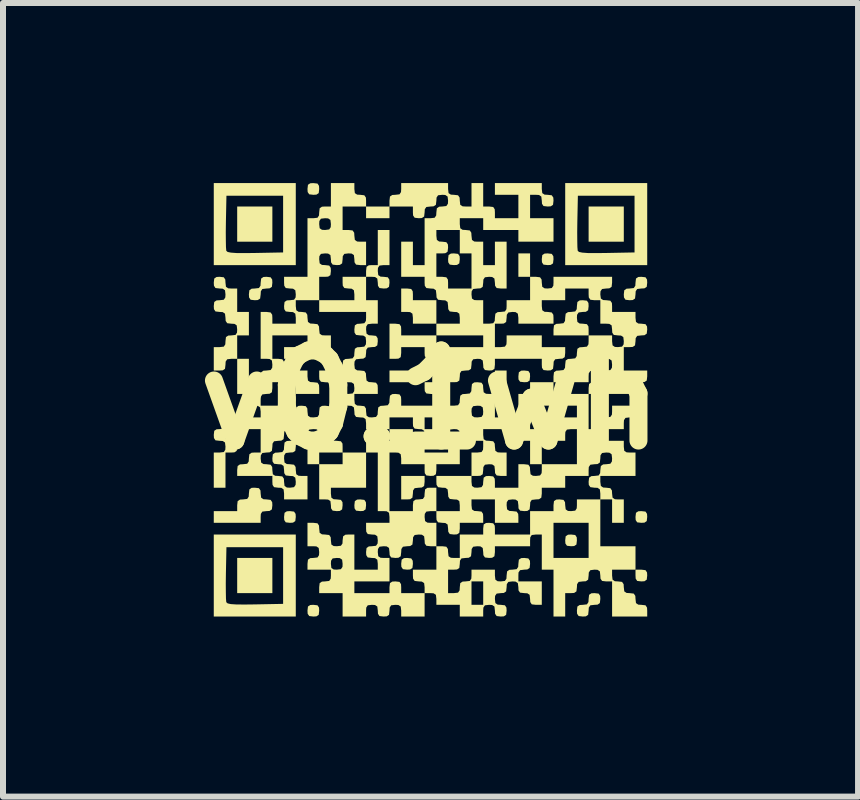
<source format=kicad_pcb>
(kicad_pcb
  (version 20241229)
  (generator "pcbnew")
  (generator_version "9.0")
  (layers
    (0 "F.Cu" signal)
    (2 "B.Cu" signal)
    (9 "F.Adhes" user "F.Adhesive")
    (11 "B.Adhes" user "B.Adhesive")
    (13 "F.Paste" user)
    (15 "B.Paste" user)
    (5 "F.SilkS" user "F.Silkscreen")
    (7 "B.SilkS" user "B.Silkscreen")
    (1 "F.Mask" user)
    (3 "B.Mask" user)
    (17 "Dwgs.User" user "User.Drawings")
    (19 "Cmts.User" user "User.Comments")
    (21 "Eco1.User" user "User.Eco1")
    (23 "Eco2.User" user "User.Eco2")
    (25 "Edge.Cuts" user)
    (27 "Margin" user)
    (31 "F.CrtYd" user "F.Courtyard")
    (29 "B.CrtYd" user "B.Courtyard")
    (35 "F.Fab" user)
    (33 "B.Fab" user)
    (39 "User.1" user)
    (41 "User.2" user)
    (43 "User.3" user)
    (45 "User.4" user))
  (footprint "v0.1wh"
    (layer "F.Cu")
    (at 4.121 3.61)
    (property "Reference" "v0.1wh" (at 0 0 0) (layer "F.SilkS") (effects (font (size 1.5 1.5) (thickness 0.3))))
    (attr board_only exclude_from_pos_files exclude_from_bom)
    (fp_poly (pts (xy -2.634 -2.927) (xy -2.634 -2.634) (xy -2.927 -2.634) (xy -3.22 -2.634) (xy -3.22 -2.927) (xy -3.22 -3.22) (xy -2.927 -3.22) (xy -2.634 -3.22)) (stroke (width 0) (type solid)) (fill yes) (layer "F.SilkS"))
    (fp_poly (pts (xy -2.634 2.927) (xy -2.634 3.22) (xy -2.927 3.22) (xy -3.22 3.22) (xy -3.22 2.927) (xy -3.22 2.634) (xy -2.927 2.634) (xy -2.634 2.634)) (stroke (width 0) (type solid)) (fill yes) (layer "F.SilkS"))
    (fp_poly (pts (xy -2.049 -0.781) (xy -2.049 -0.683) (xy -2.244 -0.683) (xy -2.439 -0.683) (xy -2.439 -0.781) (xy -2.439 -0.878) (xy -2.244 -0.878) (xy -2.049 -0.878)) (stroke (width 0) (type solid)) (fill yes) (layer "F.SilkS"))
    (fp_poly (pts (xy -0.293 -0.39) (xy -0.293 -0.293) (xy -0.488 -0.293) (xy -0.683 -0.293) (xy -0.683 -0.39) (xy -0.683 -0.488) (xy -0.488 -0.488) (xy -0.293 -0.488)) (stroke (width 0) (type solid)) (fill yes) (layer "F.SilkS"))
    (fp_poly (pts (xy 1.659 -2.244) (xy 1.659 -2.049) (xy 1.561 -2.049) (xy 1.464 -2.049) (xy 1.464 -2.244) (xy 1.464 -2.439) (xy 1.561 -2.439) (xy 1.659 -2.439)) (stroke (width 0) (type solid)) (fill yes) (layer "F.SilkS"))
    (fp_poly (pts (xy 3.22 -2.927) (xy 3.22 -2.634) (xy 2.927 -2.634) (xy 2.634 -2.634) (xy 2.634 -2.927) (xy 2.634 -3.22) (xy 2.927 -3.22) (xy 3.22 -3.22)) (stroke (width 0) (type solid)) (fill yes) (layer "F.SilkS"))
    (fp_poly (pts (xy 3.582 2.838) (xy 3.607 2.876) (xy 3.61 2.927) (xy 3.602 2.996) (xy 3.564 3.022) (xy 3.512 3.025) (xy 3.443 3.017) (xy 3.418 2.979) (xy 3.415 2.927) (xy 3.415 2.829) (xy 3.512 2.829)) (stroke (width 0) (type solid)) (fill yes) (layer "F.SilkS"))
    (fp_poly (pts (xy -2.273 -0.09) (xy -2.247 -0.051) (xy -2.244 0) (xy -2.252 0.069) (xy -2.29 0.095) (xy -2.342 0.098) (xy -2.411 0.09) (xy -2.436 0.051) (xy -2.439 0) (xy -2.431 -0.069) (xy -2.393 -0.095) (xy -2.342 -0.098)) (stroke (width 0) (type solid)) (fill yes) (layer "F.SilkS"))
    (fp_poly (pts (xy -2.273 1.862) (xy -2.247 1.9) (xy -2.244 1.951) (xy -2.252 2.02) (xy -2.29 2.046) (xy -2.342 2.049) (xy -2.411 2.041) (xy -2.436 2.003) (xy -2.439 1.951) (xy -2.431 1.882) (xy -2.393 1.857) (xy -2.342 1.854)) (stroke (width 0) (type solid)) (fill yes) (layer "F.SilkS"))
    (fp_poly (pts (xy -1.882 -3.602) (xy -1.857 -3.564) (xy -1.854 -3.512) (xy -1.862 -3.443) (xy -1.9 -3.418) (xy -1.951 -3.415) (xy -2.02 -3.423) (xy -2.046 -3.461) (xy -2.049 -3.512) (xy -2.041 -3.582) (xy -2.003 -3.607) (xy -1.951 -3.61)) (stroke (width 0) (type solid)) (fill yes) (layer "F.SilkS"))
    (fp_poly (pts (xy -1.882 3.423) (xy -1.857 3.461) (xy -1.854 3.512) (xy -1.862 3.582) (xy -1.9 3.607) (xy -1.951 3.61) (xy -2.02 3.602) (xy -2.046 3.564) (xy -2.049 3.512) (xy -2.041 3.443) (xy -2.003 3.418) (xy -1.951 3.415)) (stroke (width 0) (type solid)) (fill yes) (layer "F.SilkS"))
    (fp_poly (pts (xy -1.102 1.667) (xy -1.076 1.705) (xy -1.073 1.756) (xy -1.081 1.825) (xy -1.119 1.851) (xy -1.171 1.854) (xy -1.24 1.846) (xy -1.265 1.808) (xy -1.268 1.756) (xy -1.26 1.687) (xy -1.222 1.662) (xy -1.171 1.659)) (stroke (width 0) (type solid)) (fill yes) (layer "F.SilkS"))
    (fp_poly (pts (xy -0.321 2.642) (xy -0.296 2.68) (xy -0.293 2.732) (xy -0.301 2.801) (xy -0.339 2.826) (xy -0.39 2.829) (xy -0.459 2.821) (xy -0.485 2.783) (xy -0.488 2.732) (xy -0.48 2.663) (xy -0.442 2.637) (xy -0.39 2.634)) (stroke (width 0) (type solid)) (fill yes) (layer "F.SilkS"))
    (fp_poly (pts (xy 0.459 -2.431) (xy 0.485 -2.393) (xy 0.488 -2.342) (xy 0.48 -2.273) (xy 0.442 -2.247) (xy 0.39 -2.244) (xy 0.321 -2.252) (xy 0.296 -2.29) (xy 0.293 -2.342) (xy 0.301 -2.411) (xy 0.339 -2.436) (xy 0.39 -2.439)) (stroke (width 0) (type solid)) (fill yes) (layer "F.SilkS"))
    (fp_poly (pts (xy 1.63 -0.48) (xy 1.656 -0.442) (xy 1.659 -0.39) (xy 1.651 -0.321) (xy 1.613 -0.296) (xy 1.561 -0.293) (xy 1.492 -0.301) (xy 1.466 -0.339) (xy 1.464 -0.39) (xy 1.472 -0.459) (xy 1.51 -0.485) (xy 1.561 -0.488)) (stroke (width 0) (type solid)) (fill yes) (layer "F.SilkS"))
    (fp_poly (pts (xy 2.02 -2.431) (xy 2.046 -2.393) (xy 2.049 -2.342) (xy 2.041 -2.273) (xy 2.003 -2.247) (xy 1.951 -2.244) (xy 1.882 -2.252) (xy 1.857 -2.29) (xy 1.854 -2.342) (xy 1.862 -2.411) (xy 1.9 -2.436) (xy 1.951 -2.439)) (stroke (width 0) (type solid)) (fill yes) (layer "F.SilkS"))
    (fp_poly (pts (xy 2.411 2.252) (xy 2.436 2.29) (xy 2.439 2.342) (xy 2.431 2.411) (xy 2.393 2.436) (xy 2.342 2.439) (xy 2.273 2.431) (xy 2.247 2.393) (xy 2.244 2.342) (xy 2.252 2.273) (xy 2.29 2.247) (xy 2.342 2.244)) (stroke (width 0) (type solid)) (fill yes) (layer "F.SilkS"))
    (fp_poly (pts (xy 3.582 1.862) (xy 3.607 1.9) (xy 3.61 1.951) (xy 3.602 2.02) (xy 3.564 2.046) (xy 3.512 2.049) (xy 3.443 2.041) (xy 3.418 2.003) (xy 3.415 1.951) (xy 3.423 1.882) (xy 3.461 1.857) (xy 3.512 1.854)) (stroke (width 0) (type solid)) (fill yes) (layer "F.SilkS"))
    (fp_poly (pts (xy -0.098 1.366) (xy -0.106 1.435) (xy -0.144 1.461) (xy -0.195 1.464) (xy -0.264 1.472) (xy -0.29 1.51) (xy -0.293 1.561) (xy -0.301 1.63) (xy -0.339 1.656) (xy -0.39 1.659) (xy -0.488 1.659) (xy -0.488 1.464) (xy -0.488 1.268) (xy -0.293 1.268) (xy -0.098 1.268)) (stroke (width 0) (type solid)) (fill yes) (layer "F.SilkS"))
    (fp_poly (pts (xy -0.321 -1.846) (xy -0.296 -1.808) (xy -0.293 -1.756) (xy -0.293 -1.659) (xy -0.098 -1.659) (xy 0.098 -1.659) (xy 0.098 -1.464) (xy 0.098 -1.268) (xy -0.098 -1.268) (xy -0.293 -1.268) (xy -0.293 -1.366) (xy -0.301 -1.435) (xy -0.339 -1.461) (xy -0.39 -1.464) (xy -0.488 -1.464) (xy -0.488 -1.659) (xy -0.488 -1.854) (xy -0.39 -1.854)) (stroke (width 0) (type solid)) (fill yes) (layer "F.SilkS"))
    (fp_poly (pts (xy -0.516 -1.26) (xy -0.491 -1.222) (xy -0.488 -1.171) (xy -0.488 -1.073) (xy -0.195 -1.073) (xy 0.098 -1.073) (xy 0.098 -0.878) (xy 0.098 -0.683) (xy 0 -0.683) (xy -0.069 -0.691) (xy -0.095 -0.729) (xy -0.098 -0.781) (xy -0.098 -0.878) (xy -0.293 -0.878) (xy -0.488 -0.878) (xy -0.488 -0.781) (xy -0.496 -0.711) (xy -0.534 -0.686) (xy -0.585 -0.683) (xy -0.683 -0.683) (xy -0.683 -0.976) (xy -0.683 -1.268) (xy -0.585 -1.268)) (stroke (width 0) (type solid)) (fill yes) (layer "F.SilkS"))
    (fp_poly (pts (xy -2.663 -2.041) (xy -2.637 -2.003) (xy -2.634 -1.951) (xy -2.642 -1.882) (xy -2.68 -1.857) (xy -2.732 -1.854) (xy -2.801 -1.846) (xy -2.826 -1.808) (xy -2.829 -1.756) (xy -2.838 -1.687) (xy -2.876 -1.662) (xy -2.927 -1.659) (xy -2.996 -1.667) (xy -3.022 -1.705) (xy -3.025 -1.756) (xy -3.017 -1.825) (xy -2.979 -1.851) (xy -2.927 -1.854) (xy -2.858 -1.862) (xy -2.832 -1.9) (xy -2.829 -1.951) (xy -2.821 -2.02) (xy -2.783 -2.046) (xy -2.732 -2.049)) (stroke (width 0) (type solid)) (fill yes) (layer "F.SilkS"))
    (fp_poly (pts (xy 2.801 3.228) (xy 2.826 3.266) (xy 2.829 3.317) (xy 2.821 3.386) (xy 2.783 3.412) (xy 2.732 3.415) (xy 2.663 3.423) (xy 2.637 3.461) (xy 2.634 3.512) (xy 2.626 3.582) (xy 2.588 3.607) (xy 2.537 3.61) (xy 2.468 3.602) (xy 2.442 3.564) (xy 2.439 3.512) (xy 2.447 3.443) (xy 2.485 3.418) (xy 2.537 3.415) (xy 2.606 3.407) (xy 2.631 3.369) (xy 2.634 3.317) (xy 2.642 3.248) (xy 2.68 3.223) (xy 2.732 3.22)) (stroke (width 0) (type solid)) (fill yes) (layer "F.SilkS"))
    (fp_poly (pts (xy 3.582 -2.041) (xy 3.607 -2.003) (xy 3.61 -1.951) (xy 3.602 -1.882) (xy 3.564 -1.857) (xy 3.512 -1.854) (xy 3.443 -1.846) (xy 3.418 -1.808) (xy 3.415 -1.756) (xy 3.407 -1.687) (xy 3.369 -1.662) (xy 3.317 -1.659) (xy 3.248 -1.667) (xy 3.223 -1.705) (xy 3.22 -1.756) (xy 3.228 -1.825) (xy 3.266 -1.851) (xy 3.317 -1.854) (xy 3.386 -1.862) (xy 3.412 -1.9) (xy 3.415 -1.951) (xy 3.423 -2.02) (xy 3.461 -2.046) (xy 3.512 -2.049)) (stroke (width 0) (type solid)) (fill yes) (layer "F.SilkS"))
    (fp_poly (pts (xy -2.244 -2.927) (xy -2.244 -2.244) (xy -2.927 -2.244) (xy -3.61 -2.244) (xy -3.61 -2.796) (xy -3.41 -2.796) (xy -3.409 -2.653) (xy -3.407 -2.545) (xy -3.402 -2.486) (xy -3.4 -2.481) (xy -3.379 -2.463) (xy -3.326 -2.452) (xy -3.233 -2.445) (xy -3.09 -2.444) (xy -2.92 -2.446) (xy -2.455 -2.455) (xy -2.455 -2.927) (xy -2.455 -3.399) (xy -2.927 -3.399) (xy -3.399 -3.399) (xy -3.408 -2.961) (xy -3.41 -2.796) (xy -3.61 -2.796) (xy -3.61 -2.927) (xy -3.61 -3.61) (xy -2.927 -3.61) (xy -2.244 -3.61)) (stroke (width 0) (type solid)) (fill yes) (layer "F.SilkS"))
    (fp_poly (pts (xy -2.244 2.927) (xy -2.244 3.61) (xy -2.927 3.61) (xy -3.61 3.61) (xy -3.61 3.058) (xy -3.41 3.058) (xy -3.409 3.201) (xy -3.407 3.309) (xy -3.402 3.368) (xy -3.4 3.373) (xy -3.379 3.391) (xy -3.326 3.403) (xy -3.233 3.409) (xy -3.09 3.41) (xy -2.92 3.408) (xy -2.455 3.399) (xy -2.455 2.927) (xy -2.455 2.455) (xy -2.927 2.455) (xy -3.399 2.455) (xy -3.408 2.893) (xy -3.41 3.058) (xy -3.61 3.058) (xy -3.61 2.927) (xy -3.61 2.244) (xy -2.927 2.244) (xy -2.244 2.244)) (stroke (width 0) (type solid)) (fill yes) (layer "F.SilkS"))
    (fp_poly (pts (xy 3.61 -2.927) (xy 3.61 -2.244) (xy 2.927 -2.244) (xy 2.244 -2.244) (xy 2.244 -2.796) (xy 2.444 -2.796) (xy 2.445 -2.653) (xy 2.447 -2.545) (xy 2.452 -2.486) (xy 2.454 -2.481) (xy 2.475 -2.463) (xy 2.528 -2.452) (xy 2.621 -2.445) (xy 2.764 -2.444) (xy 2.934 -2.446) (xy 3.399 -2.455) (xy 3.399 -2.927) (xy 3.399 -3.399) (xy 2.927 -3.399) (xy 2.455 -3.399) (xy 2.446 -2.961) (xy 2.444 -2.796) (xy 2.244 -2.796) (xy 2.244 -2.927) (xy 2.244 -3.61) (xy 2.927 -3.61) (xy 3.61 -3.61)) (stroke (width 0) (type solid)) (fill yes) (layer "F.SilkS"))
    (fp_poly (pts (xy -2.858 1.472) (xy -2.832 1.51) (xy -2.829 1.561) (xy -2.821 1.63) (xy -2.783 1.656) (xy -2.732 1.659) (xy -2.663 1.667) (xy -2.637 1.705) (xy -2.634 1.756) (xy -2.642 1.825) (xy -2.68 1.851) (xy -2.732 1.854) (xy -2.801 1.862) (xy -2.826 1.9) (xy -2.829 1.951) (xy -2.829 2.049) (xy -3.22 2.049) (xy -3.61 2.049) (xy -3.61 1.951) (xy -3.61 1.854) (xy -3.415 1.854) (xy -3.22 1.854) (xy -3.22 1.756) (xy -3.212 1.687) (xy -3.174 1.662) (xy -3.122 1.659) (xy -3.053 1.651) (xy -3.028 1.613) (xy -3.025 1.561) (xy -3.017 1.492) (xy -2.979 1.466) (xy -2.927 1.464)) (stroke (width 0) (type solid)) (fill yes) (layer "F.SilkS"))
    (fp_poly (pts (xy 2.606 -1.651) (xy 2.631 -1.613) (xy 2.634 -1.561) (xy 2.626 -1.492) (xy 2.588 -1.466) (xy 2.537 -1.464) (xy 2.468 -1.455) (xy 2.442 -1.417) (xy 2.439 -1.366) (xy 2.447 -1.297) (xy 2.485 -1.271) (xy 2.537 -1.268) (xy 2.606 -1.26) (xy 2.631 -1.222) (xy 2.634 -1.171) (xy 2.634 -1.073) (xy 2.342 -1.073) (xy 2.049 -1.073) (xy 2.049 -1.171) (xy 2.057 -1.24) (xy 2.095 -1.265) (xy 2.146 -1.268) (xy 2.216 -1.276) (xy 2.241 -1.314) (xy 2.244 -1.366) (xy 2.252 -1.435) (xy 2.29 -1.461) (xy 2.342 -1.464) (xy 2.411 -1.472) (xy 2.436 -1.51) (xy 2.439 -1.561) (xy 2.447 -1.63) (xy 2.485 -1.656) (xy 2.537 -1.659)) (stroke (width 0) (type solid)) (fill yes) (layer "F.SilkS"))
    (fp_poly (pts (xy -3.443 -2.041) (xy -3.418 -2.003) (xy -3.415 -1.951) (xy -3.407 -1.882) (xy -3.369 -1.857) (xy -3.317 -1.854) (xy -3.22 -1.854) (xy -3.22 -1.659) (xy -3.22 -1.464) (xy -3.122 -1.464) (xy -3.025 -1.464) (xy -3.025 -1.268) (xy -3.025 -1.073) (xy -3.122 -1.073) (xy -3.22 -1.073) (xy -3.22 -0.878) (xy -3.22 -0.683) (xy -3.317 -0.683) (xy -3.386 -0.675) (xy -3.412 -0.637) (xy -3.415 -0.585) (xy -3.423 -0.516) (xy -3.461 -0.491) (xy -3.512 -0.488) (xy -3.61 -0.488) (xy -3.61 -0.683) (xy -3.61 -0.878) (xy -3.512 -0.878) (xy -3.443 -0.886) (xy -3.418 -0.924) (xy -3.415 -0.976) (xy -3.407 -1.045) (xy -3.369 -1.07) (xy -3.317 -1.073) (xy -3.248 -1.081) (xy -3.223 -1.119) (xy -3.22 -1.171) (xy -3.228 -1.24) (xy -3.266 -1.265) (xy -3.317 -1.268) (xy -3.386 -1.276) (xy -3.412 -1.314) (xy -3.415 -1.366) (xy -3.423 -1.435) (xy -3.461 -1.461) (xy -3.512 -1.464) (xy -3.582 -1.472) (xy -3.607 -1.51) (xy -3.61 -1.561) (xy -3.602 -1.63) (xy -3.564 -1.656) (xy -3.512 -1.659) (xy -3.443 -1.667) (xy -3.418 -1.705) (xy -3.415 -1.756) (xy -3.423 -1.825) (xy -3.461 -1.851) (xy -3.512 -1.854) (xy -3.582 -1.862) (xy -3.607 -1.9) (xy -3.61 -1.951) (xy -3.602 -2.02) (xy -3.564 -2.046) (xy -3.512 -2.049)) (stroke (width 0) (type solid)) (fill yes) (layer "F.SilkS"))
    (fp_poly (pts (xy -0.683 -2.537) (xy -0.683 -2.244) (xy -0.781 -2.244) (xy -0.85 -2.236) (xy -0.875 -2.198) (xy -0.878 -2.146) (xy -0.87 -2.077) (xy -0.832 -2.052) (xy -0.781 -2.049) (xy -0.711 -2.041) (xy -0.686 -2.003) (xy -0.683 -1.951) (xy -0.691 -1.882) (xy -0.729 -1.857) (xy -0.781 -1.854) (xy -0.85 -1.862) (xy -0.875 -1.9) (xy -0.878 -1.951) (xy -0.886 -2.02) (xy -0.924 -2.046) (xy -0.976 -2.049) (xy -1.073 -2.049) (xy -1.073 -1.854) (xy -1.073 -1.659) (xy -0.976 -1.659) (xy -0.878 -1.659) (xy -0.878 -1.464) (xy -0.878 -1.268) (xy -0.976 -1.268) (xy -1.045 -1.26) (xy -1.07 -1.222) (xy -1.073 -1.171) (xy -1.065 -1.102) (xy -1.027 -1.076) (xy -0.976 -1.073) (xy -0.907 -1.065) (xy -0.881 -1.027) (xy -0.878 -0.976) (xy -0.886 -0.907) (xy -0.924 -0.881) (xy -0.976 -0.878) (xy -1.045 -0.87) (xy -1.07 -0.832) (xy -1.073 -0.781) (xy -1.081 -0.711) (xy -1.119 -0.686) (xy -1.171 -0.683) (xy -1.24 -0.675) (xy -1.265 -0.637) (xy -1.268 -0.585) (xy -1.26 -0.516) (xy -1.222 -0.491) (xy -1.171 -0.488) (xy -1.102 -0.48) (xy -1.076 -0.442) (xy -1.073 -0.39) (xy -1.065 -0.321) (xy -1.027 -0.296) (xy -0.976 -0.293) (xy -0.907 -0.285) (xy -0.881 -0.247) (xy -0.878 -0.195) (xy -0.878 -0.098) (xy -1.073 -0.098) (xy -1.268 -0.098) (xy -1.268 0) (xy -1.26 0.069) (xy -1.222 0.095) (xy -1.171 0.098) (xy -1.102 0.106) (xy -1.076 0.144) (xy -1.073 0.195) (xy -1.065 0.264) (xy -1.027 0.29) (xy -0.976 0.293) (xy -0.907 0.285) (xy -0.881 0.247) (xy -0.878 0.195) (xy 0.683 0.195) (xy 0.691 0.264) (xy 0.729 0.29) (xy 0.781 0.293) (xy 0.85 0.285) (xy 0.875 0.247) (xy 0.878 0.195) (xy 0.87 0.126) (xy 0.832 0.101) (xy 0.781 0.098) (xy 0.711 0.106) (xy 0.686 0.144) (xy 0.683 0.195) (xy -0.878 0.195) (xy -0.87 0.126) (xy -0.832 0.101) (xy -0.781 0.098) (xy -0.711 0.09) (xy -0.686 0.051) (xy -0.683 0) (xy -0.675 -0.069) (xy -0.637 -0.095) (xy -0.585 -0.098) (xy -0.516 -0.09) (xy -0.491 -0.051) (xy -0.488 0) (xy -0.488 0.098) (xy -0.195 0.098) (xy 0.098 0.098) (xy 0.098 0) (xy 0.09 -0.069) (xy 0.051 -0.095) (xy 0 -0.098) (xy -0.069 -0.106) (xy -0.095 -0.144) (xy -0.098 -0.195) (xy -0.098 -0.293) (xy 0.098 -0.293) (xy 0.293 -0.293) (xy 0.293 -0.098) (xy 0.293 0.098) (xy 0.39 0.098) (xy 0.459 0.09) (xy 0.485 0.051) (xy 0.488 0) (xy 0.496 -0.069) (xy 0.534 -0.095) (xy 0.585 -0.098) (xy 0.655 -0.106) (xy 0.68 -0.144) (xy 0.683 -0.195) (xy 0.691 -0.264) (xy 0.729 -0.29) (xy 0.781 -0.293) (xy 0.85 -0.285) (xy 0.875 -0.247) (xy 0.878 -0.195) (xy 0.886 -0.126) (xy 0.924 -0.101) (xy 0.976 -0.098) (xy 1.073 -0.098) (xy 1.073 -0.293) (xy 1.073 -0.488) (xy 1.171 -0.488) (xy 1.268 -0.488) (xy 1.268 -0.293) (xy 1.268 -0.098) (xy 1.171 -0.098) (xy 1.073 -0.098) (xy 1.073 0.098) (xy 1.073 0.293) (xy 1.171 0.293) (xy 1.24 0.301) (xy 1.265 0.339) (xy 1.268 0.39) (xy 1.268 0.488) (xy 1.073 0.488) (xy 0.878 0.488) (xy 0.878 0.585) (xy 0.886 0.655) (xy 0.924 0.68) (xy 0.976 0.683) (xy 1.045 0.691) (xy 1.07 0.729) (xy 1.073 0.781) (xy 1.081 0.85) (xy 1.119 0.875) (xy 1.171 0.878) (xy 1.268 0.878) (xy 1.268 1.073) (xy 1.268 1.268) (xy 1.171 1.268) (xy 1.102 1.26) (xy 1.076 1.222) (xy 1.073 1.171) (xy 1.065 1.102) (xy 1.027 1.076) (xy 0.976 1.073) (xy 0.907 1.081) (xy 0.881 1.119) (xy 0.878 1.171) (xy 0.87 1.24) (xy 0.832 1.265) (xy 0.781 1.268) (xy 0.683 1.268) (xy 0.683 1.073) (xy 0.683 0.878) (xy 0.781 0.878) (xy 0.85 0.87) (xy 0.875 0.832) (xy 0.878 0.781) (xy 0.878 0.683) (xy 0.683 0.683) (xy 0.488 0.683) (xy 0.488 0.585) (xy 0.48 0.516) (xy 0.442 0.491) (xy 0.39 0.488) (xy 0.321 0.496) (xy 0.296 0.534) (xy 0.293 0.585) (xy 0.293 0.683) (xy 0.098 0.683) (xy -0.098 0.683) (xy -0.098 0.585) (xy -0.106 0.516) (xy -0.144 0.491) (xy -0.195 0.488) (xy -0.264 0.48) (xy -0.29 0.442) (xy -0.293 0.39) (xy -0.293 0.293) (xy -0.098 0.293) (xy -0.098 0.39) (xy -0.098 0.488) (xy 0.098 0.488) (xy 0.293 0.488) (xy 0.293 0.39) (xy 0.293 0.293) (xy 0.098 0.293) (xy -0.098 0.293) (xy -0.293 0.293) (xy -0.488 0.293) (xy -0.683 0.293) (xy -0.683 0.39) (xy -0.683 0.488) (xy -0.878 0.488) (xy -1.073 0.488) (xy -1.073 0.39) (xy -1.081 0.321) (xy -1.119 0.296) (xy -1.171 0.293) (xy -1.24 0.285) (xy -1.265 0.247) (xy -1.268 0.195) (xy -1.276 0.126) (xy -1.314 0.101) (xy -1.366 0.098) (xy -1.435 0.09) (xy -1.461 0.051) (xy -1.464 0) (xy -1.472 -0.069) (xy -1.51 -0.095) (xy -1.561 -0.098) (xy -1.63 -0.106) (xy -1.656 -0.144) (xy -1.659 -0.195) (xy -1.464 -0.195) (xy -1.455 -0.126) (xy -1.417 -0.101) (xy -1.366 -0.098) (xy -1.297 -0.106) (xy -1.271 -0.144) (xy -1.268 -0.195) (xy -1.276 -0.264) (xy -1.314 -0.29) (xy -1.366 -0.293) (xy -1.435 -0.285) (xy -1.461 -0.247) (xy -1.464 -0.195) (xy -1.659 -0.195) (xy -1.667 -0.264) (xy -1.705 -0.29) (xy -1.756 -0.293) (xy -1.825 -0.301) (xy -1.851 -0.339) (xy -1.854 -0.39) (xy -1.854 -0.488) (xy -1.659 -0.488) (xy -1.464 -0.488) (xy -1.464 -0.585) (xy -1.455 -0.655) (xy -1.417 -0.68) (xy -1.366 -0.683) (xy -1.297 -0.691) (xy -1.271 -0.729) (xy -1.268 -0.781) (xy -1.26 -0.85) (xy -1.222 -0.875) (xy -1.171 -0.878) (xy -1.102 -0.886) (xy -1.076 -0.924) (xy -1.073 -0.976) (xy -1.081 -1.045) (xy -1.119 -1.07) (xy -1.171 -1.073) (xy -1.24 -1.081) (xy -1.265 -1.119) (xy -1.268 -1.171) (xy -1.26 -1.24) (xy -1.222 -1.265) (xy -1.171 -1.268) (xy -1.102 -1.276) (xy -1.076 -1.314) (xy -1.073 -1.366) (xy -1.073 -1.464) (xy -1.464 -1.464) (xy -1.854 -1.464) (xy -1.854 -1.561) (xy -1.854 -1.659) (xy -1.561 -1.659) (xy -1.268 -1.659) (xy -1.268 -1.756) (xy -1.276 -1.825) (xy -1.314 -1.851) (xy -1.366 -1.854) (xy -1.435 -1.862) (xy -1.461 -1.9) (xy -1.464 -1.951) (xy -1.464 -2.049) (xy -1.268 -2.049) (xy -1.073 -2.049) (xy -1.073 -2.146) (xy -1.065 -2.216) (xy -1.027 -2.241) (xy -0.976 -2.244) (xy -0.878 -2.244) (xy -0.878 -2.537) (xy -0.878 -2.829) (xy -0.781 -2.829) (xy -0.683 -2.829)) (stroke (width 0) (type solid)) (fill yes) (layer "F.SilkS"))
    (fp_poly (pts (xy -1.268 -3.512) (xy -1.26 -3.443) (xy -1.222 -3.418) (xy -1.171 -3.415) (xy -1.102 -3.407) (xy -1.076 -3.369) (xy -1.073 -3.317) (xy -1.073 -3.22) (xy -0.878 -3.22) (xy -0.683 -3.22) (xy -0.683 -3.317) (xy -0.675 -3.386) (xy -0.637 -3.412) (xy -0.585 -3.415) (xy -0.516 -3.423) (xy -0.491 -3.461) (xy -0.488 -3.512) (xy -0.488 -3.61) (xy -0.098 -3.61) (xy 0.293 -3.61) (xy 0.293 -3.512) (xy 0.301 -3.443) (xy 0.339 -3.418) (xy 0.39 -3.415) (xy 0.459 -3.407) (xy 0.485 -3.369) (xy 0.488 -3.317) (xy 0.496 -3.248) (xy 0.534 -3.223) (xy 0.585 -3.22) (xy 0.683 -3.22) (xy 0.683 -3.415) (xy 0.683 -3.61) (xy 0.781 -3.61) (xy 0.878 -3.61) (xy 0.878 -3.415) (xy 0.878 -3.22) (xy 0.976 -3.22) (xy 1.045 -3.212) (xy 1.07 -3.174) (xy 1.073 -3.122) (xy 1.073 -3.025) (xy 1.268 -3.025) (xy 1.464 -3.025) (xy 1.464 -3.22) (xy 1.464 -3.415) (xy 1.268 -3.415) (xy 1.073 -3.415) (xy 1.073 -3.512) (xy 1.073 -3.61) (xy 1.464 -3.61) (xy 1.854 -3.61) (xy 1.854 -3.512) (xy 1.862 -3.443) (xy 1.9 -3.418) (xy 1.951 -3.415) (xy 2.02 -3.407) (xy 2.046 -3.369) (xy 2.049 -3.317) (xy 2.041 -3.248) (xy 2.003 -3.223) (xy 1.951 -3.22) (xy 1.882 -3.228) (xy 1.857 -3.266) (xy 1.854 -3.317) (xy 1.846 -3.386) (xy 1.808 -3.412) (xy 1.756 -3.415) (xy 1.659 -3.415) (xy 1.659 -3.22) (xy 1.659 -3.025) (xy 1.854 -3.025) (xy 2.049 -3.025) (xy 2.049 -2.829) (xy 2.049 -2.634) (xy 1.756 -2.634) (xy 1.464 -2.634) (xy 1.464 -2.732) (xy 1.464 -2.829) (xy 1.171 -2.829) (xy 0.878 -2.829) (xy 0.878 -2.927) (xy 0.878 -3.025) (xy 0.683 -3.025) (xy 0.488 -3.025) (xy 0.488 -2.927) (xy 0.496 -2.858) (xy 0.534 -2.832) (xy 0.585 -2.829) (xy 0.655 -2.821) (xy 0.68 -2.783) (xy 0.683 -2.732) (xy 0.691 -2.663) (xy 0.729 -2.637) (xy 0.781 -2.634) (xy 0.878 -2.634) (xy 0.878 -2.439) (xy 0.878 -2.244) (xy 0.976 -2.244) (xy 1.073 -2.244) (xy 1.073 -2.439) (xy 1.073 -2.634) (xy 1.171 -2.634) (xy 1.268 -2.634) (xy 1.268 -2.244) (xy 1.268 -1.854) (xy 1.171 -1.854) (xy 1.102 -1.862) (xy 1.076 -1.9) (xy 1.073 -1.951) (xy 1.065 -2.02) (xy 1.027 -2.046) (xy 0.976 -2.049) (xy 0.907 -2.041) (xy 0.881 -2.003) (xy 0.878 -1.951) (xy 0.87 -1.882) (xy 0.832 -1.857) (xy 0.781 -1.854) (xy 0.711 -1.846) (xy 0.686 -1.808) (xy 0.683 -1.756) (xy 0.691 -1.687) (xy 0.729 -1.662) (xy 0.781 -1.659) (xy 0.878 -1.659) (xy 0.878 -1.464) (xy 0.878 -1.268) (xy 0.976 -1.268) (xy 1.045 -1.276) (xy 1.07 -1.314) (xy 1.073 -1.366) (xy 1.081 -1.435) (xy 1.119 -1.461) (xy 1.171 -1.464) (xy 1.24 -1.472) (xy 1.265 -1.51) (xy 1.268 -1.561) (xy 1.268 -1.659) (xy 1.464 -1.659) (xy 1.659 -1.659) (xy 1.659 -1.854) (xy 1.659 -2.049) (xy 1.756 -2.049) (xy 1.825 -2.041) (xy 1.851 -2.003) (xy 1.854 -1.951) (xy 1.862 -1.882) (xy 1.9 -1.857) (xy 1.951 -1.854) (xy 2.02 -1.862) (xy 2.046 -1.9) (xy 2.049 -1.951) (xy 2.049 -2.049) (xy 2.537 -2.049) (xy 3.025 -2.049) (xy 3.025 -1.951) (xy 3.017 -1.882) (xy 2.979 -1.857) (xy 2.927 -1.854) (xy 2.858 -1.846) (xy 2.832 -1.808) (xy 2.829 -1.756) (xy 2.838 -1.687) (xy 2.876 -1.662) (xy 2.927 -1.659) (xy 2.996 -1.651) (xy 3.022 -1.613) (xy 3.025 -1.561) (xy 3.025 -1.464) (xy 3.22 -1.464) (xy 3.415 -1.464) (xy 3.415 -1.366) (xy 3.423 -1.297) (xy 3.461 -1.271) (xy 3.512 -1.268) (xy 3.582 -1.26) (xy 3.607 -1.222) (xy 3.61 -1.171) (xy 3.602 -1.102) (xy 3.564 -1.076) (xy 3.512 -1.073) (xy 3.443 -1.065) (xy 3.418 -1.027) (xy 3.415 -0.976) (xy 3.407 -0.907) (xy 3.369 -0.881) (xy 3.317 -0.878) (xy 3.22 -0.878) (xy 3.22 -0.683) (xy 3.22 -0.488) (xy 3.415 -0.488) (xy 3.61 -0.488) (xy 3.61 -0.39) (xy 3.602 -0.321) (xy 3.564 -0.296) (xy 3.512 -0.293) (xy 3.443 -0.285) (xy 3.418 -0.247) (xy 3.415 -0.195) (xy 3.415 -0.098) (xy 3.025 -0.098) (xy 2.634 -0.098) (xy 2.634 0.195) (xy 2.634 0.488) (xy 2.732 0.488) (xy 2.801 0.48) (xy 2.826 0.442) (xy 2.829 0.39) (xy 2.838 0.321) (xy 2.876 0.296) (xy 2.927 0.293) (xy 2.996 0.285) (xy 3.022 0.247) (xy 3.025 0.195) (xy 3.025 0.098) (xy 3.22 0.098) (xy 3.415 0.098) (xy 3.415 0.195) (xy 3.407 0.264) (xy 3.369 0.29) (xy 3.317 0.293) (xy 3.248 0.301) (xy 3.223 0.339) (xy 3.22 0.39) (xy 3.22 0.488) (xy 3.025 0.488) (xy 2.829 0.488) (xy 2.829 0.585) (xy 2.829 0.683) (xy 3.025 0.683) (xy 3.22 0.683) (xy 3.22 0.781) (xy 3.228 0.85) (xy 3.266 0.875) (xy 3.317 0.878) (xy 3.415 0.878) (xy 3.415 1.073) (xy 3.415 1.268) (xy 3.122 1.268) (xy 2.829 1.268) (xy 2.829 1.366) (xy 2.838 1.435) (xy 2.876 1.461) (xy 2.927 1.464) (xy 2.996 1.472) (xy 3.022 1.51) (xy 3.025 1.561) (xy 3.033 1.63) (xy 3.071 1.656) (xy 3.122 1.659) (xy 3.22 1.659) (xy 3.22 1.854) (xy 3.22 2.049) (xy 3.122 2.049) (xy 3.025 2.049) (xy 3.025 1.854) (xy 3.025 1.659) (xy 2.927 1.659) (xy 2.829 1.659) (xy 2.829 2.049) (xy 2.829 2.439) (xy 3.122 2.439) (xy 3.415 2.439) (xy 3.415 2.634) (xy 3.415 2.829) (xy 3.22 2.829) (xy 3.025 2.829) (xy 3.025 2.927) (xy 3.033 2.996) (xy 3.071 3.022) (xy 3.122 3.025) (xy 3.191 3.033) (xy 3.217 3.071) (xy 3.22 3.122) (xy 3.228 3.191) (xy 3.266 3.217) (xy 3.317 3.22) (xy 3.386 3.228) (xy 3.412 3.266) (xy 3.415 3.317) (xy 3.423 3.386) (xy 3.461 3.412) (xy 3.512 3.415) (xy 3.582 3.423) (xy 3.607 3.461) (xy 3.61 3.512) (xy 3.61 3.61) (xy 3.317 3.61) (xy 3.025 3.61) (xy 3.025 3.317) (xy 3.025 3.025) (xy 2.927 3.025) (xy 2.858 3.017) (xy 2.832 2.979) (xy 2.829 2.927) (xy 2.821 2.858) (xy 2.783 2.832) (xy 2.732 2.829) (xy 2.663 2.838) (xy 2.637 2.876) (xy 2.634 2.927) (xy 2.626 2.996) (xy 2.588 3.022) (xy 2.537 3.025) (xy 2.468 3.033) (xy 2.442 3.071) (xy 2.439 3.122) (xy 2.431 3.191) (xy 2.393 3.217) (xy 2.342 3.22) (xy 2.244 3.22) (xy 2.244 3.415) (xy 2.244 3.61) (xy 2.146 3.61) (xy 2.049 3.61) (xy 2.049 3.22) (xy 2.049 2.829) (xy 1.951 2.829) (xy 1.854 2.829) (xy 1.854 2.537) (xy 1.854 2.244) (xy 1.756 2.244) (xy 1.687 2.252) (xy 1.662 2.29) (xy 1.659 2.342) (xy 1.659 2.439) (xy 1.366 2.439) (xy 1.073 2.439) (xy 1.073 2.537) (xy 1.065 2.606) (xy 1.027 2.631) (xy 0.976 2.634) (xy 0.907 2.626) (xy 0.881 2.588) (xy 0.878 2.537) (xy 0.87 2.468) (xy 0.832 2.442) (xy 0.781 2.439) (xy 0.711 2.447) (xy 0.686 2.485) (xy 0.683 2.537) (xy 0.675 2.606) (xy 0.637 2.631) (xy 0.585 2.634) (xy 0.516 2.642) (xy 0.491 2.68) (xy 0.488 2.732) (xy 0.48 2.801) (xy 0.442 2.826) (xy 0.39 2.829) (xy 0.293 2.829) (xy 0.293 3.025) (xy 0.293 3.22) (xy 0.39 3.22) (xy 0.459 3.212) (xy 0.485 3.174) (xy 0.488 3.122) (xy 0.496 3.053) (xy 0.534 3.028) (xy 0.585 3.025) (xy 0.683 3.025) (xy 0.683 3.22) (xy 0.683 3.415) (xy 0.781 3.415) (xy 0.878 3.415) (xy 0.878 3.22) (xy 0.878 3.025) (xy 0.781 3.025) (xy 0.683 3.025) (xy 0.585 3.025) (xy 0.655 3.017) (xy 0.68 2.979) (xy 0.683 2.927) (xy 0.683 2.829) (xy 0.878 2.829) (xy 1.073 2.829) (xy 1.073 2.927) (xy 1.081 2.996) (xy 1.119 3.022) (xy 1.171 3.025) (xy 1.24 3.017) (xy 1.265 2.979) (xy 1.268 2.927) (xy 1.276 2.858) (xy 1.314 2.832) (xy 1.366 2.829) (xy 1.435 2.821) (xy 1.461 2.783) (xy 1.464 2.732) (xy 1.472 2.663) (xy 1.51 2.637) (xy 1.561 2.634) (xy 1.63 2.642) (xy 1.656 2.68) (xy 1.659 2.732) (xy 1.651 2.801) (xy 1.613 2.826) (xy 1.561 2.829) (xy 1.492 2.838) (xy 1.466 2.876) (xy 1.464 2.927) (xy 1.464 3.025) (xy 1.659 3.025) (xy 1.854 3.025) (xy 1.854 3.22) (xy 1.854 3.415) (xy 1.756 3.415) (xy 1.687 3.407) (xy 1.662 3.369) (xy 1.659 3.317) (xy 1.651 3.248) (xy 1.613 3.223) (xy 1.561 3.22) (xy 1.492 3.212) (xy 1.466 3.174) (xy 1.464 3.122) (xy 1.455 3.053) (xy 1.417 3.028) (xy 1.366 3.025) (xy 1.297 3.033) (xy 1.271 3.071) (xy 1.268 3.122) (xy 1.26 3.191) (xy 1.222 3.217) (xy 1.171 3.22) (xy 1.102 3.228) (xy 1.076 3.266) (xy 1.073 3.317) (xy 1.081 3.386) (xy 1.119 3.412) (xy 1.171 3.415) (xy 1.24 3.423) (xy 1.265 3.461) (xy 1.268 3.512) (xy 1.26 3.582) (xy 1.222 3.607) (xy 1.171 3.61) (xy 1.102 3.602) (xy 1.076 3.564) (xy 1.073 3.512) (xy 1.065 3.443) (xy 1.027 3.418) (xy 0.976 3.415) (xy 0.907 3.423) (xy 0.881 3.461) (xy 0.878 3.512) (xy 0.878 3.61) (xy 0.683 3.61) (xy 0.488 3.61) (xy 0.488 3.512) (xy 0.488 3.415) (xy 0.293 3.415) (xy 0.098 3.415) (xy 0.098 3.317) (xy 0.09 3.248) (xy 0.051 3.223) (xy 0 3.22) (xy -0.098 3.22) (xy -0.098 3.415) (xy -0.098 3.61) (xy -0.293 3.61) (xy -0.488 3.61) (xy -0.488 3.512) (xy -0.496 3.443) (xy -0.534 3.418) (xy -0.585 3.415) (xy -0.655 3.423) (xy -0.68 3.461) (xy -0.683 3.512) (xy -0.691 3.582) (xy -0.729 3.607) (xy -0.781 3.61) (xy -0.85 3.602) (xy -0.875 3.564) (xy -0.878 3.512) (xy -0.886 3.443) (xy -0.924 3.418) (xy -0.976 3.415) (xy -1.045 3.423) (xy -1.07 3.461) (xy -1.073 3.512) (xy -1.073 3.61) (xy -1.268 3.61) (xy -1.464 3.61) (xy -1.464 3.415) (xy -1.464 3.22) (xy -1.659 3.22) (xy -1.854 3.22) (xy -1.854 3.122) (xy -1.846 3.053) (xy -1.808 3.028) (xy -1.756 3.025) (xy -1.687 3.017) (xy -1.662 2.979) (xy -1.659 2.927) (xy -1.659 2.829) (xy -1.854 2.829) (xy -2.049 2.829) (xy -2.049 2.732) (xy -1.659 2.732) (xy -1.651 2.801) (xy -1.613 2.826) (xy -1.561 2.829) (xy -1.492 2.821) (xy -1.466 2.783) (xy -1.464 2.732) (xy -1.472 2.663) (xy -1.51 2.637) (xy -1.561 2.634) (xy -1.63 2.642) (xy -1.656 2.68) (xy -1.659 2.732) (xy -2.049 2.732) (xy -2.041 2.663) (xy -2.003 2.637) (xy -1.951 2.634) (xy -1.882 2.626) (xy -1.857 2.588) (xy -1.854 2.537) (xy -1.862 2.468) (xy -1.9 2.442) (xy -1.951 2.439) (xy -2.049 2.439) (xy -2.049 2.244) (xy -2.049 2.049) (xy -1.951 2.049) (xy -1.882 2.057) (xy -1.857 2.095) (xy -1.854 2.146) (xy -1.846 2.216) (xy -1.808 2.241) (xy -1.756 2.244) (xy -1.687 2.252) (xy -1.662 2.29) (xy -1.659 2.342) (xy -1.651 2.411) (xy -1.613 2.436) (xy -1.561 2.439) (xy -1.492 2.431) (xy -1.466 2.393) (xy -1.464 2.342) (xy -1.455 2.273) (xy -1.417 2.247) (xy -1.366 2.244) (xy -1.268 2.244) (xy -1.268 2.537) (xy -1.268 2.829) (xy -1.073 2.829) (xy -0.878 2.829) (xy -0.878 2.732) (xy -0.886 2.663) (xy -0.924 2.637) (xy -0.976 2.634) (xy -1.045 2.626) (xy -1.07 2.588) (xy -1.073 2.537) (xy -1.065 2.468) (xy -1.027 2.442) (xy -0.976 2.439) (xy -0.907 2.431) (xy -0.881 2.393) (xy -0.878 2.342) (xy -0.886 2.273) (xy -0.924 2.247) (xy -0.976 2.244) (xy -1.045 2.236) (xy -1.07 2.198) (xy -1.073 2.146) (xy -1.073 2.049) (xy -0.878 2.049) (xy -0.683 2.049) (xy -0.683 1.951) (xy -0.691 1.882) (xy -0.729 1.857) (xy -0.781 1.854) (xy -0.878 1.854) (xy -0.878 1.366) (xy -0.878 0.878) (xy -0.976 0.878) (xy -1.073 0.878) (xy -1.073 1.171) (xy -1.073 1.464) (xy -1.366 1.464) (xy -1.659 1.464) (xy -1.659 1.561) (xy -1.651 1.63) (xy -1.613 1.656) (xy -1.561 1.659) (xy -1.492 1.667) (xy -1.466 1.705) (xy -1.464 1.756) (xy -1.472 1.825) (xy -1.51 1.851) (xy -1.561 1.854) (xy -1.63 1.846) (xy -1.656 1.808) (xy -1.659 1.756) (xy -1.667 1.687) (xy -1.705 1.662) (xy -1.756 1.659) (xy -1.854 1.659) (xy -1.854 1.366) (xy -1.854 1.073) (xy -1.951 1.073) (xy -2.049 1.073) (xy -2.049 0.878) (xy -2.049 0.683) (xy -2.146 0.683) (xy -2.216 0.691) (xy -2.241 0.729) (xy -2.244 0.781) (xy -2.252 0.85) (xy -2.29 0.875) (xy -2.342 0.878) (xy -2.411 0.886) (xy -2.436 0.924) (xy -2.439 0.976) (xy -2.431 1.045) (xy -2.393 1.07) (xy -2.342 1.073) (xy -2.273 1.081) (xy -2.247 1.119) (xy -2.244 1.171) (xy -2.236 1.24) (xy -2.198 1.265) (xy -2.146 1.268) (xy -2.049 1.268) (xy -2.049 1.464) (xy -2.049 1.659) (xy -2.244 1.659) (xy -2.439 1.659) (xy -2.439 1.561) (xy -2.447 1.492) (xy -2.485 1.466) (xy -2.537 1.464) (xy -2.606 1.455) (xy -2.631 1.417) (xy -2.634 1.366) (xy -2.634 1.268) (xy -2.927 1.268) (xy -3.22 1.268) (xy -3.22 1.171) (xy -3.212 1.102) (xy -3.174 1.076) (xy -3.122 1.073) (xy -3.053 1.065) (xy -3.028 1.027) (xy -3.025 0.976) (xy -2.829 0.976) (xy -2.821 1.045) (xy -2.783 1.07) (xy -2.732 1.073) (xy -2.663 1.081) (xy -2.637 1.119) (xy -2.634 1.171) (xy -2.626 1.24) (xy -2.588 1.265) (xy -2.537 1.268) (xy -2.468 1.276) (xy -2.442 1.314) (xy -2.439 1.366) (xy -2.431 1.435) (xy -2.393 1.461) (xy -2.342 1.464) (xy -2.273 1.455) (xy -2.247 1.417) (xy -2.244 1.366) (xy -2.252 1.297) (xy -2.29 1.271) (xy -2.342 1.268) (xy -2.411 1.26) (xy -2.436 1.222) (xy -2.439 1.171) (xy -2.447 1.102) (xy -2.485 1.076) (xy -2.537 1.073) (xy -2.606 1.065) (xy -2.631 1.027) (xy -2.634 0.976) (xy -2.626 0.907) (xy -2.588 0.881) (xy -2.537 0.878) (xy -2.468 0.87) (xy -2.442 0.832) (xy -2.439 0.781) (xy -2.431 0.711) (xy -2.393 0.686) (xy -2.342 0.683) (xy -2.273 0.675) (xy -2.247 0.637) (xy -2.244 0.585) (xy -2.049 0.585) (xy -2.041 0.655) (xy -2.003 0.68) (xy -1.951 0.683) (xy -1.882 0.675) (xy -1.857 0.637) (xy -1.854 0.585) (xy -1.862 0.516) (xy -1.9 0.491) (xy -1.951 0.488) (xy -2.02 0.496) (xy -2.046 0.534) (xy -2.049 0.585) (xy -2.244 0.585) (xy -2.252 0.516) (xy -2.29 0.491) (xy -2.342 0.488) (xy -2.411 0.496) (xy -2.436 0.534) (xy -2.439 0.585) (xy -2.447 0.655) (xy -2.485 0.68) (xy -2.537 0.683) (xy -2.606 0.691) (xy -2.631 0.729) (xy -2.634 0.781) (xy -2.642 0.85) (xy -2.68 0.875) (xy -2.732 0.878) (xy -2.801 0.886) (xy -2.826 0.924) (xy -2.829 0.976) (xy -3.025 0.976) (xy -3.017 0.907) (xy -2.979 0.881) (xy -2.927 0.878) (xy -2.829 0.878) (xy -2.829 0.683) (xy -2.829 0.488) (xy -3.122 0.488) (xy -3.415 0.488) (xy -3.415 0.585) (xy -3.407 0.655) (xy -3.369 0.68) (xy -3.317 0.683) (xy -3.248 0.691) (xy -3.223 0.729) (xy -3.22 0.781) (xy -3.228 0.85) (xy -3.266 0.875) (xy -3.317 0.878) (xy -3.415 0.878) (xy -3.415 1.171) (xy -3.415 1.464) (xy -3.512 1.464) (xy -3.61 1.464) (xy -3.61 1.171) (xy -3.61 0.878) (xy -3.512 0.878) (xy -3.443 0.87) (xy -3.418 0.832) (xy -3.415 0.781) (xy -3.423 0.711) (xy -3.461 0.686) (xy -3.512 0.683) (xy -3.582 0.675) (xy -3.607 0.637) (xy -3.61 0.585) (xy -3.602 0.516) (xy -3.564 0.491) (xy -3.512 0.488) (xy -3.443 0.48) (xy -3.418 0.442) (xy -3.415 0.39) (xy -3.415 0.293) (xy -3.122 0.293) (xy -2.829 0.293) (xy -2.829 0.195) (xy -2.838 0.126) (xy -2.876 0.101) (xy -2.927 0.098) (xy -2.829 0.098) (xy -2.634 0.098) (xy -2.439 0.098) (xy -2.439 0.195) (xy -2.431 0.264) (xy -2.393 0.29) (xy -2.342 0.293) (xy -2.273 0.285) (xy -2.247 0.247) (xy -2.244 0.195) (xy -2.236 0.126) (xy -2.198 0.101) (xy -2.146 0.098) (xy -2.077 0.106) (xy -2.052 0.144) (xy -2.049 0.195) (xy -2.041 0.264) (xy -2.003 0.29) (xy -1.951 0.293) (xy -1.882 0.285) (xy -1.857 0.247) (xy -1.854 0.195) (xy -1.846 0.126) (xy -1.808 0.101) (xy -1.756 0.098) (xy -1.687 0.106) (xy -1.662 0.144) (xy -1.659 0.195) (xy -1.651 0.264) (xy -1.613 0.29) (xy -1.561 0.293) (xy -1.492 0.301) (xy -1.466 0.339) (xy -1.464 0.39) (xy -1.472 0.459) (xy -1.51 0.485) (xy -1.561 0.488) (xy -1.63 0.496) (xy -1.656 0.534) (xy -1.659 0.585) (xy -1.651 0.655) (xy -1.613 0.68) (xy -1.561 0.683) (xy -1.492 0.691) (xy -1.466 0.729) (xy -1.464 0.781) (xy -1.464 0.878) (xy -1.659 0.878) (xy -1.854 0.878) (xy -1.854 0.976) (xy -1.854 1.073) (xy -1.659 1.073) (xy -1.464 1.073) (xy -1.464 0.976) (xy -1.464 0.878) (xy -1.268 0.878) (xy -1.073 0.878) (xy -1.073 0.781) (xy -1.073 0.683) (xy -0.878 0.683) (xy -0.683 0.683) (xy -0.683 0.585) (xy -0.683 0.488) (xy -0.488 0.488) (xy -0.293 0.488) (xy -0.293 0.585) (xy -0.285 0.655) (xy -0.247 0.68) (xy -0.195 0.683) (xy -0.126 0.691) (xy -0.101 0.729) (xy -0.098 0.781) (xy -0.098 0.878) (xy 0.098 0.878) (xy 0.293 0.878) (xy 0.293 0.781) (xy 0.301 0.711) (xy 0.339 0.686) (xy 0.39 0.683) (xy 0.488 0.683) (xy 0.488 0.878) (xy 0.488 1.073) (xy 0.293 1.073) (xy 0.098 1.073) (xy 0.098 1.171) (xy 0.09 1.24) (xy 0.051 1.265) (xy 0 1.268) (xy -0.069 1.26) (xy -0.095 1.222) (xy -0.098 1.171) (xy -0.098 1.073) (xy -0.293 1.073) (xy -0.488 1.073) (xy -0.488 0.976) (xy -0.496 0.907) (xy -0.534 0.881) (xy -0.585 0.878) (xy -0.683 0.878) (xy -0.683 1.366) (xy -0.683 1.854) (xy -0.488 1.854) (xy -0.293 1.854) (xy -0.293 1.756) (xy -0.285 1.687) (xy -0.247 1.662) (xy -0.195 1.659) (xy -0.126 1.651) (xy -0.101 1.613) (xy -0.098 1.561) (xy -0.09 1.492) (xy -0.051 1.466) (xy 0 1.464) (xy 0.098 1.464) (xy 0.098 1.659) (xy 0.098 1.854) (xy 0 1.854) (xy -0.069 1.862) (xy -0.095 1.9) (xy -0.098 1.951) (xy -0.09 2.02) (xy -0.051 2.046) (xy 0 2.049) (xy 0.098 2.049) (xy 0.098 2.244) (xy 0.098 2.439) (xy 0 2.439) (xy -0.069 2.431) (xy -0.095 2.393) (xy -0.098 2.342) (xy -0.106 2.273) (xy -0.144 2.247) (xy -0.195 2.244) (xy -0.264 2.252) (xy -0.29 2.29) (xy -0.293 2.342) (xy -0.301 2.411) (xy -0.339 2.436) (xy -0.39 2.439) (xy -0.459 2.447) (xy -0.485 2.485) (xy -0.488 2.537) (xy -0.496 2.606) (xy -0.534 2.631) (xy -0.585 2.634) (xy -0.655 2.626) (xy -0.68 2.588) (xy -0.683 2.537) (xy -0.691 2.468) (xy -0.729 2.442) (xy -0.781 2.439) (xy -0.85 2.447) (xy -0.875 2.485) (xy -0.878 2.537) (xy -0.87 2.606) (xy -0.832 2.631) (xy -0.781 2.634) (xy -0.683 2.634) (xy -0.683 2.829) (xy -0.683 3.025) (xy -0.976 3.025) (xy -1.268 3.025) (xy -1.268 3.122) (xy -1.268 3.22) (xy -0.976 3.22) (xy -0.683 3.22) (xy -0.683 3.122) (xy -0.675 3.053) (xy -0.637 3.028) (xy -0.585 3.025) (xy -0.516 3.033) (xy -0.491 3.071) (xy -0.488 3.122) (xy -0.488 3.22) (xy -0.293 3.22) (xy -0.098 3.22) (xy -0.098 3.122) (xy -0.106 3.053) (xy -0.144 3.028) (xy -0.195 3.025) (xy -0.264 3.017) (xy -0.29 2.979) (xy -0.293 2.927) (xy -0.293 2.829) (xy -0.098 2.829) (xy 0.098 2.829) (xy 0.098 2.634) (xy 0.098 2.439) (xy 0.195 2.439) (xy 0.264 2.447) (xy 0.29 2.485) (xy 0.293 2.537) (xy 0.301 2.606) (xy 0.339 2.631) (xy 0.39 2.634) (xy 0.488 2.634) (xy 0.488 2.439) (xy 0.488 2.244) (xy 0.683 2.244) (xy 0.878 2.244) (xy 0.878 2.146) (xy 0.886 2.077) (xy 0.924 2.052) (xy 0.976 2.049) (xy 1.045 2.057) (xy 1.07 2.095) (xy 1.073 2.146) (xy 1.073 2.244) (xy 1.366 2.244) (xy 1.659 2.244) (xy 1.659 2.049) (xy 2.049 2.049) (xy 2.049 2.342) (xy 2.049 2.634) (xy 2.342 2.634) (xy 2.634 2.634) (xy 2.634 2.342) (xy 2.634 2.049) (xy 2.342 2.049) (xy 2.049 2.049) (xy 1.659 2.049) (xy 1.659 1.854) (xy 1.854 1.854) (xy 2.049 1.854) (xy 2.049 1.756) (xy 2.057 1.687) (xy 2.095 1.662) (xy 2.146 1.659) (xy 2.216 1.667) (xy 2.241 1.705) (xy 2.244 1.756) (xy 2.252 1.825) (xy 2.29 1.851) (xy 2.342 1.854) (xy 2.411 1.846) (xy 2.436 1.808) (xy 2.439 1.756) (xy 2.439 1.659) (xy 2.634 1.659) (xy 2.829 1.659) (xy 2.829 1.561) (xy 2.821 1.492) (xy 2.783 1.466) (xy 2.732 1.464) (xy 2.663 1.455) (xy 2.637 1.417) (xy 2.634 1.366) (xy 2.642 1.297) (xy 2.68 1.271) (xy 2.732 1.268) (xy 2.801 1.26) (xy 2.826 1.222) (xy 2.829 1.171) (xy 2.838 1.102) (xy 2.876 1.076) (xy 2.927 1.073) (xy 2.996 1.065) (xy 3.022 1.027) (xy 3.025 0.976) (xy 3.017 0.907) (xy 2.979 0.881) (xy 2.927 0.878) (xy 2.858 0.886) (xy 2.832 0.924) (xy 2.829 0.976) (xy 2.821 1.045) (xy 2.783 1.07) (xy 2.732 1.073) (xy 2.663 1.081) (xy 2.637 1.119) (xy 2.634 1.171) (xy 2.634 1.268) (xy 2.439 1.268) (xy 2.244 1.268) (xy 2.244 1.366) (xy 2.244 1.464) (xy 2.049 1.464) (xy 1.854 1.464) (xy 1.854 1.561) (xy 1.846 1.63) (xy 1.808 1.656) (xy 1.756 1.659) (xy 1.687 1.667) (xy 1.662 1.705) (xy 1.659 1.756) (xy 1.651 1.825) (xy 1.613 1.851) (xy 1.561 1.854) (xy 1.492 1.846) (xy 1.466 1.808) (xy 1.464 1.756) (xy 1.455 1.687) (xy 1.417 1.662) (xy 1.366 1.659) (xy 1.297 1.667) (xy 1.271 1.705) (xy 1.268 1.756) (xy 1.276 1.825) (xy 1.314 1.851) (xy 1.366 1.854) (xy 1.435 1.862) (xy 1.461 1.9) (xy 1.464 1.951) (xy 1.464 2.049) (xy 1.268 2.049) (xy 1.073 2.049) (xy 1.073 1.854) (xy 1.073 1.659) (xy 0.878 1.659) (xy 0.683 1.659) (xy 0.683 1.756) (xy 0.691 1.825) (xy 0.729 1.851) (xy 0.781 1.854) (xy 0.85 1.862) (xy 0.875 1.9) (xy 0.878 1.951) (xy 0.878 2.049) (xy 0.683 2.049) (xy 0.488 2.049) (xy 0.488 2.146) (xy 0.48 2.216) (xy 0.442 2.241) (xy 0.39 2.244) (xy 0.321 2.236) (xy 0.296 2.198) (xy 0.293 2.146) (xy 0.285 2.077) (xy 0.247 2.052) (xy 0.195 2.049) (xy 0.126 2.041) (xy 0.101 2.003) (xy 0.098 1.951) (xy 0.098 1.854) (xy 0.293 1.854) (xy 0.488 1.854) (xy 0.488 1.756) (xy 0.48 1.687) (xy 0.442 1.662) (xy 0.39 1.659) (xy 0.321 1.651) (xy 0.296 1.613) (xy 0.293 1.561) (xy 0.285 1.492) (xy 0.247 1.466) (xy 0.195 1.464) (xy 0.126 1.455) (xy 0.101 1.417) (xy 0.098 1.366) (xy 0.098 1.268) (xy 0.39 1.268) (xy 0.683 1.268) (xy 0.683 1.366) (xy 0.691 1.435) (xy 0.729 1.461) (xy 0.781 1.464) (xy 0.85 1.455) (xy 0.875 1.417) (xy 0.878 1.366) (xy 0.886 1.297) (xy 0.924 1.271) (xy 0.976 1.268) (xy 1.045 1.276) (xy 1.07 1.314) (xy 1.073 1.366) (xy 1.073 1.464) (xy 1.268 1.464) (xy 1.464 1.464) (xy 1.464 1.268) (xy 1.464 1.073) (xy 1.561 1.073) (xy 1.63 1.081) (xy 1.656 1.119) (xy 1.659 1.171) (xy 1.667 1.24) (xy 1.705 1.265) (xy 1.756 1.268) (xy 1.825 1.26) (xy 1.851 1.222) (xy 1.854 1.171) (xy 1.854 1.073) (xy 2.146 1.073) (xy 2.439 1.073) (xy 2.439 0.781) (xy 2.439 0.488) (xy 2.342 0.488) (xy 2.273 0.496) (xy 2.247 0.534) (xy 2.244 0.585) (xy 2.244 0.683) (xy 2.049 0.683) (xy 1.854 0.683) (xy 1.854 0.878) (xy 1.854 1.073) (xy 1.756 1.073) (xy 1.659 1.073) (xy 1.659 0.878) (xy 1.659 0.683) (xy 1.464 0.683) (xy 1.268 0.683) (xy 1.268 0.585) (xy 1.276 0.516) (xy 1.314 0.491) (xy 1.366 0.488) (xy 1.464 0.488) (xy 1.659 0.488) (xy 1.854 0.488) (xy 2.049 0.488) (xy 2.049 0.39) (xy 2.049 0.293) (xy 2.244 0.293) (xy 2.439 0.293) (xy 2.439 0.195) (xy 2.439 0.098) (xy 2.146 0.098) (xy 1.854 0.098) (xy 1.854 0.195) (xy 1.846 0.264) (xy 1.808 0.29) (xy 1.756 0.293) (xy 1.687 0.301) (xy 1.662 0.339) (xy 1.659 0.39) (xy 1.659 0.488) (xy 1.464 0.488) (xy 1.464 0.195) (xy 1.464 -0.098) (xy 1.561 -0.098) (xy 1.63 -0.106) (xy 1.656 -0.144) (xy 1.659 -0.195) (xy 1.659 -0.293) (xy 1.854 -0.293) (xy 2.049 -0.293) (xy 2.049 -0.195) (xy 2.049 -0.098) (xy 2.342 -0.098) (xy 2.634 -0.098) (xy 2.634 -0.195) (xy 2.642 -0.264) (xy 2.68 -0.29) (xy 2.732 -0.293) (xy 2.801 -0.301) (xy 2.826 -0.339) (xy 2.829 -0.39) (xy 2.838 -0.459) (xy 2.876 -0.485) (xy 2.927 -0.488) (xy 2.996 -0.496) (xy 3.022 -0.534) (xy 3.025 -0.585) (xy 3.017 -0.655) (xy 2.979 -0.68) (xy 2.927 -0.683) (xy 2.858 -0.675) (xy 2.832 -0.637) (xy 2.829 -0.585) (xy 2.821 -0.516) (xy 2.783 -0.491) (xy 2.732 -0.488) (xy 2.663 -0.48) (xy 2.637 -0.442) (xy 2.634 -0.39) (xy 2.634 -0.293) (xy 2.342 -0.293) (xy 2.049 -0.293) (xy 2.049 -0.39) (xy 2.057 -0.459) (xy 2.095 -0.485) (xy 2.146 -0.488) (xy 2.216 -0.496) (xy 2.241 -0.534) (xy 2.244 -0.585) (xy 2.252 -0.655) (xy 2.29 -0.68) (xy 2.342 -0.683) (xy 2.411 -0.691) (xy 2.436 -0.729) (xy 2.439 -0.781) (xy 2.447 -0.85) (xy 2.485 -0.875) (xy 2.537 -0.878) (xy 2.606 -0.886) (xy 2.631 -0.924) (xy 2.634 -0.976) (xy 2.634 -1.073) (xy 2.829 -1.073) (xy 3.025 -1.073) (xy 3.025 -0.976) (xy 3.033 -0.907) (xy 3.071 -0.881) (xy 3.122 -0.878) (xy 3.191 -0.886) (xy 3.217 -0.924) (xy 3.22 -0.976) (xy 3.212 -1.045) (xy 3.174 -1.07) (xy 3.122 -1.073) (xy 3.053 -1.081) (xy 3.028 -1.119) (xy 3.025 -1.171) (xy 3.017 -1.24) (xy 2.979 -1.265) (xy 2.927 -1.268) (xy 2.829 -1.268) (xy 2.829 -1.464) (xy 2.829 -1.659) (xy 2.732 -1.659) (xy 2.663 -1.667) (xy 2.637 -1.705) (xy 2.634 -1.756) (xy 2.634 -1.854) (xy 2.439 -1.854) (xy 2.244 -1.854) (xy 2.244 -1.756) (xy 2.244 -1.659) (xy 2.049 -1.659) (xy 1.854 -1.659) (xy 1.854 -1.561) (xy 1.862 -1.492) (xy 1.9 -1.466) (xy 1.951 -1.464) (xy 2.02 -1.455) (xy 2.046 -1.417) (xy 2.049 -1.366) (xy 2.049 -1.268) (xy 1.756 -1.268) (xy 1.464 -1.268) (xy 1.464 -1.366) (xy 1.455 -1.435) (xy 1.417 -1.461) (xy 1.366 -1.464) (xy 1.297 -1.455) (xy 1.271 -1.417) (xy 1.268 -1.366) (xy 1.26 -1.297) (xy 1.222 -1.271) (xy 1.171 -1.268) (xy 1.073 -1.268) (xy 1.073 -1.073) (xy 1.073 -0.878) (xy 1.171 -0.878) (xy 1.24 -0.886) (xy 1.265 -0.924) (xy 1.268 -0.976) (xy 1.268 -1.073) (xy 1.561 -1.073) (xy 1.854 -1.073) (xy 1.854 -0.976) (xy 1.854 -0.878) (xy 2.049 -0.878) (xy 2.244 -0.878) (xy 2.244 -0.781) (xy 2.236 -0.711) (xy 2.198 -0.686) (xy 2.146 -0.683) (xy 2.077 -0.675) (xy 2.052 -0.637) (xy 2.049 -0.585) (xy 2.041 -0.516) (xy 2.003 -0.491) (xy 1.951 -0.488) (xy 1.882 -0.496) (xy 1.857 -0.534) (xy 1.854 -0.585) (xy 1.854 -0.683) (xy 1.464 -0.683) (xy 1.073 -0.683) (xy 1.073 -0.585) (xy 1.065 -0.516) (xy 1.027 -0.491) (xy 0.976 -0.488) (xy 0.907 -0.496) (xy 0.881 -0.534) (xy 0.878 -0.585) (xy 0.87 -0.655) (xy 0.832 -0.68) (xy 0.781 -0.683) (xy 0.711 -0.675) (xy 0.686 -0.637) (xy 0.683 -0.585) (xy 0.675 -0.516) (xy 0.637 -0.491) (xy 0.585 -0.488) (xy 0.516 -0.48) (xy 0.491 -0.442) (xy 0.488 -0.39) (xy 0.48 -0.321) (xy 0.442 -0.296) (xy 0.39 -0.293) (xy 0.293 -0.293) (xy 0.293 -0.585) (xy 0.293 -0.878) (xy 0.585 -0.878) (xy 0.878 -0.878) (xy 0.878 -0.976) (xy 0.878 -1.073) (xy 0.488 -1.073) (xy 0.098 -1.073) (xy 0.098 -1.171) (xy 0.098 -1.268) (xy 0.293 -1.268) (xy 0.488 -1.268) (xy 0.488 -1.366) (xy 0.48 -1.435) (xy 0.442 -1.461) (xy 0.39 -1.464) (xy 0.321 -1.472) (xy 0.296 -1.51) (xy 0.293 -1.561) (xy 0.285 -1.63) (xy 0.247 -1.656) (xy 0.195 -1.659) (xy 0.126 -1.667) (xy 0.101 -1.705) (xy 0.098 -1.756) (xy 0.09 -1.825) (xy 0.051 -1.851) (xy 0 -1.854) (xy -0.069 -1.862) (xy -0.095 -1.9) (xy -0.098 -1.951) (xy -0.098 -2.049) (xy -0.293 -2.049) (xy -0.488 -2.049) (xy -0.488 -2.342) (xy -0.488 -2.634) (xy -0.39 -2.634) (xy -0.293 -2.634) (xy -0.293 -2.439) (xy -0.293 -2.244) (xy -0.195 -2.244) (xy -0.098 -2.244) (xy -0.098 -2.634) (xy -0.098 -2.829) (xy 0.098 -2.829) (xy 0.098 -2.732) (xy 0.106 -2.663) (xy 0.144 -2.637) (xy 0.195 -2.634) (xy 0.264 -2.626) (xy 0.29 -2.588) (xy 0.293 -2.537) (xy 0.285 -2.468) (xy 0.247 -2.442) (xy 0.195 -2.439) (xy 0.098 -2.439) (xy 0.098 -2.244) (xy 0.098 -2.049) (xy 0.195 -2.049) (xy 0.264 -2.041) (xy 0.29 -2.003) (xy 0.293 -1.951) (xy 0.293 -1.854) (xy 0.488 -1.854) (xy 0.683 -1.854) (xy 0.683 -2.146) (xy 0.683 -2.439) (xy 0.585 -2.439) (xy 0.488 -2.439) (xy 0.488 -2.634) (xy 0.488 -2.829) (xy 0.293 -2.829) (xy 0.098 -2.829) (xy -0.098 -2.829) (xy -0.098 -3.025) (xy 0 -3.025) (xy 0.069 -3.033) (xy 0.095 -3.071) (xy 0.098 -3.122) (xy 0.106 -3.191) (xy 0.144 -3.217) (xy 0.195 -3.22) (xy 0.264 -3.228) (xy 0.29 -3.266) (xy 0.293 -3.317) (xy 0.285 -3.386) (xy 0.247 -3.412) (xy 0.195 -3.415) (xy 0.126 -3.407) (xy 0.101 -3.369) (xy 0.098 -3.317) (xy 0.09 -3.248) (xy 0.051 -3.223) (xy 0 -3.22) (xy -0.069 -3.212) (xy -0.095 -3.174) (xy -0.098 -3.122) (xy -0.106 -3.053) (xy -0.144 -3.028) (xy -0.195 -3.025) (xy -0.264 -3.033) (xy -0.29 -3.071) (xy -0.293 -3.122) (xy -0.293 -3.22) (xy -0.488 -3.22) (xy -0.683 -3.22) (xy -0.683 -3.122) (xy -0.683 -3.025) (xy -0.878 -3.025) (xy -1.073 -3.025) (xy -1.073 -3.122) (xy -1.073 -3.22) (xy -1.268 -3.22) (xy -1.464 -3.22) (xy -1.464 -3.025) (xy -1.464 -2.829) (xy -1.366 -2.829) (xy -1.297 -2.821) (xy -1.271 -2.783) (xy -1.268 -2.732) (xy -1.26 -2.663) (xy -1.222 -2.637) (xy -1.171 -2.634) (xy -1.073 -2.634) (xy -1.073 -2.439) (xy -1.073 -2.244) (xy -1.171 -2.244) (xy -1.24 -2.252) (xy -1.265 -2.29) (xy -1.268 -2.342) (xy -1.276 -2.411) (xy -1.314 -2.436) (xy -1.366 -2.439) (xy -1.435 -2.431) (xy -1.461 -2.393) (xy -1.464 -2.342) (xy -1.472 -2.273) (xy -1.51 -2.247) (xy -1.561 -2.244) (xy -1.63 -2.252) (xy -1.656 -2.29) (xy -1.659 -2.342) (xy -1.667 -2.411) (xy -1.705 -2.436) (xy -1.756 -2.439) (xy -1.825 -2.431) (xy -1.851 -2.393) (xy -1.854 -2.342) (xy -1.846 -2.273) (xy -1.808 -2.247) (xy -1.756 -2.244) (xy -1.687 -2.236) (xy -1.662 -2.198) (xy -1.659 -2.146) (xy -1.667 -2.077) (xy -1.705 -2.052) (xy -1.756 -2.049) (xy -1.854 -2.049) (xy -1.854 -1.854) (xy -1.854 -1.659) (xy -2.049 -1.659) (xy -2.244 -1.659) (xy -2.244 -1.561) (xy -2.236 -1.492) (xy -2.198 -1.466) (xy -2.146 -1.464) (xy -2.077 -1.455) (xy -2.052 -1.417) (xy -2.049 -1.366) (xy -2.041 -1.297) (xy -2.003 -1.271) (xy -1.951 -1.268) (xy -1.882 -1.26) (xy -1.857 -1.222) (xy -1.854 -1.171) (xy -1.846 -1.102) (xy -1.808 -1.076) (xy -1.756 -1.073) (xy -1.659 -1.073) (xy -1.659 -0.878) (xy -1.659 -0.683) (xy -1.756 -0.683) (xy -1.825 -0.691) (xy -1.851 -0.729) (xy -1.854 -0.781) (xy -1.862 -0.85) (xy -1.9 -0.875) (xy -1.951 -0.878) (xy -2.02 -0.886) (xy -2.046 -0.924) (xy -2.049 -0.976) (xy -2.049 -1.073) (xy -2.342 -1.073) (xy -2.634 -1.073) (xy -2.634 -0.878) (xy -2.634 -0.683) (xy -2.537 -0.683) (xy -2.468 -0.675) (xy -2.442 -0.637) (xy -2.439 -0.585) (xy -2.439 -0.488) (xy -2.244 -0.488) (xy -2.049 -0.488) (xy -2.049 -0.39) (xy -2.041 -0.321) (xy -2.003 -0.296) (xy -1.951 -0.293) (xy -1.882 -0.285) (xy -1.857 -0.247) (xy -1.854 -0.195) (xy -1.854 -0.098) (xy -2.049 -0.098) (xy -2.244 -0.098) (xy -2.244 -0.195) (xy -2.244 -0.293) (xy -2.439 -0.293) (xy -2.634 -0.293) (xy -2.634 -0.195) (xy -2.642 -0.126) (xy -2.68 -0.101) (xy -2.732 -0.098) (xy -2.801 -0.09) (xy -2.826 -0.051) (xy -2.829 0) (xy -2.829 0.098) (xy -2.927 0.098) (xy -2.996 0.09) (xy -3.022 0.051) (xy -3.025 0) (xy -3.033 -0.069) (xy -3.071 -0.095) (xy -3.122 -0.098) (xy -3.22 -0.098) (xy -3.22 -0.39) (xy -3.22 -0.683) (xy -3.122 -0.683) (xy -3.025 -0.683) (xy -3.025 -0.488) (xy -3.025 -0.293) (xy -2.927 -0.293) (xy -2.858 -0.301) (xy -2.832 -0.339) (xy -2.829 -0.39) (xy -2.821 -0.459) (xy -2.783 -0.485) (xy -2.732 -0.488) (xy -2.663 -0.496) (xy -2.637 -0.534) (xy -2.634 -0.585) (xy -2.642 -0.655) (xy -2.68 -0.68) (xy -2.732 -0.683) (xy -2.829 -0.683) (xy -2.829 -1.073) (xy -2.829 -1.464) (xy -2.732 -1.464) (xy -2.663 -1.455) (xy -2.637 -1.417) (xy -2.634 -1.366) (xy -2.634 -1.268) (xy -2.439 -1.268) (xy -2.244 -1.268) (xy -2.244 -1.366) (xy -2.252 -1.435) (xy -2.29 -1.461) (xy -2.342 -1.464) (xy -2.411 -1.472) (xy -2.436 -1.51) (xy -2.439 -1.561) (xy -2.431 -1.63) (xy -2.393 -1.656) (xy -2.342 -1.659) (xy -2.273 -1.667) (xy -2.247 -1.705) (xy -2.244 -1.756) (xy -2.252 -1.825) (xy -2.29 -1.851) (xy -2.342 -1.854) (xy -2.411 -1.862) (xy -2.436 -1.9) (xy -2.439 -1.951) (xy -2.439 -2.049) (xy -2.244 -2.049) (xy -2.049 -2.049) (xy -2.049 -2.537) (xy -2.049 -2.927) (xy -1.854 -2.927) (xy -1.846 -2.858) (xy -1.808 -2.832) (xy -1.756 -2.829) (xy -1.687 -2.838) (xy -1.662 -2.876) (xy -1.659 -2.927) (xy -1.667 -2.996) (xy -1.705 -3.022) (xy -1.756 -3.025) (xy -1.825 -3.017) (xy -1.851 -2.979) (xy -1.854 -2.927) (xy -2.049 -2.927) (xy -2.049 -3.025) (xy -1.951 -3.025) (xy -1.882 -3.033) (xy -1.857 -3.071) (xy -1.854 -3.122) (xy -1.846 -3.191) (xy -1.808 -3.217) (xy -1.756 -3.22) (xy -1.659 -3.22) (xy -1.659 -3.415) (xy -1.659 -3.61) (xy -1.464 -3.61) (xy -1.268 -3.61)) (stroke (width 0) (type solid)) (fill yes) (layer "F.SilkS")))
  (gr_rect
    (start -3 -3)
    (end 11.243 10.22)
    (stroke (width 0.1) (type default))
    (fill no)
    (layer "Edge.Cuts")))
</source>
